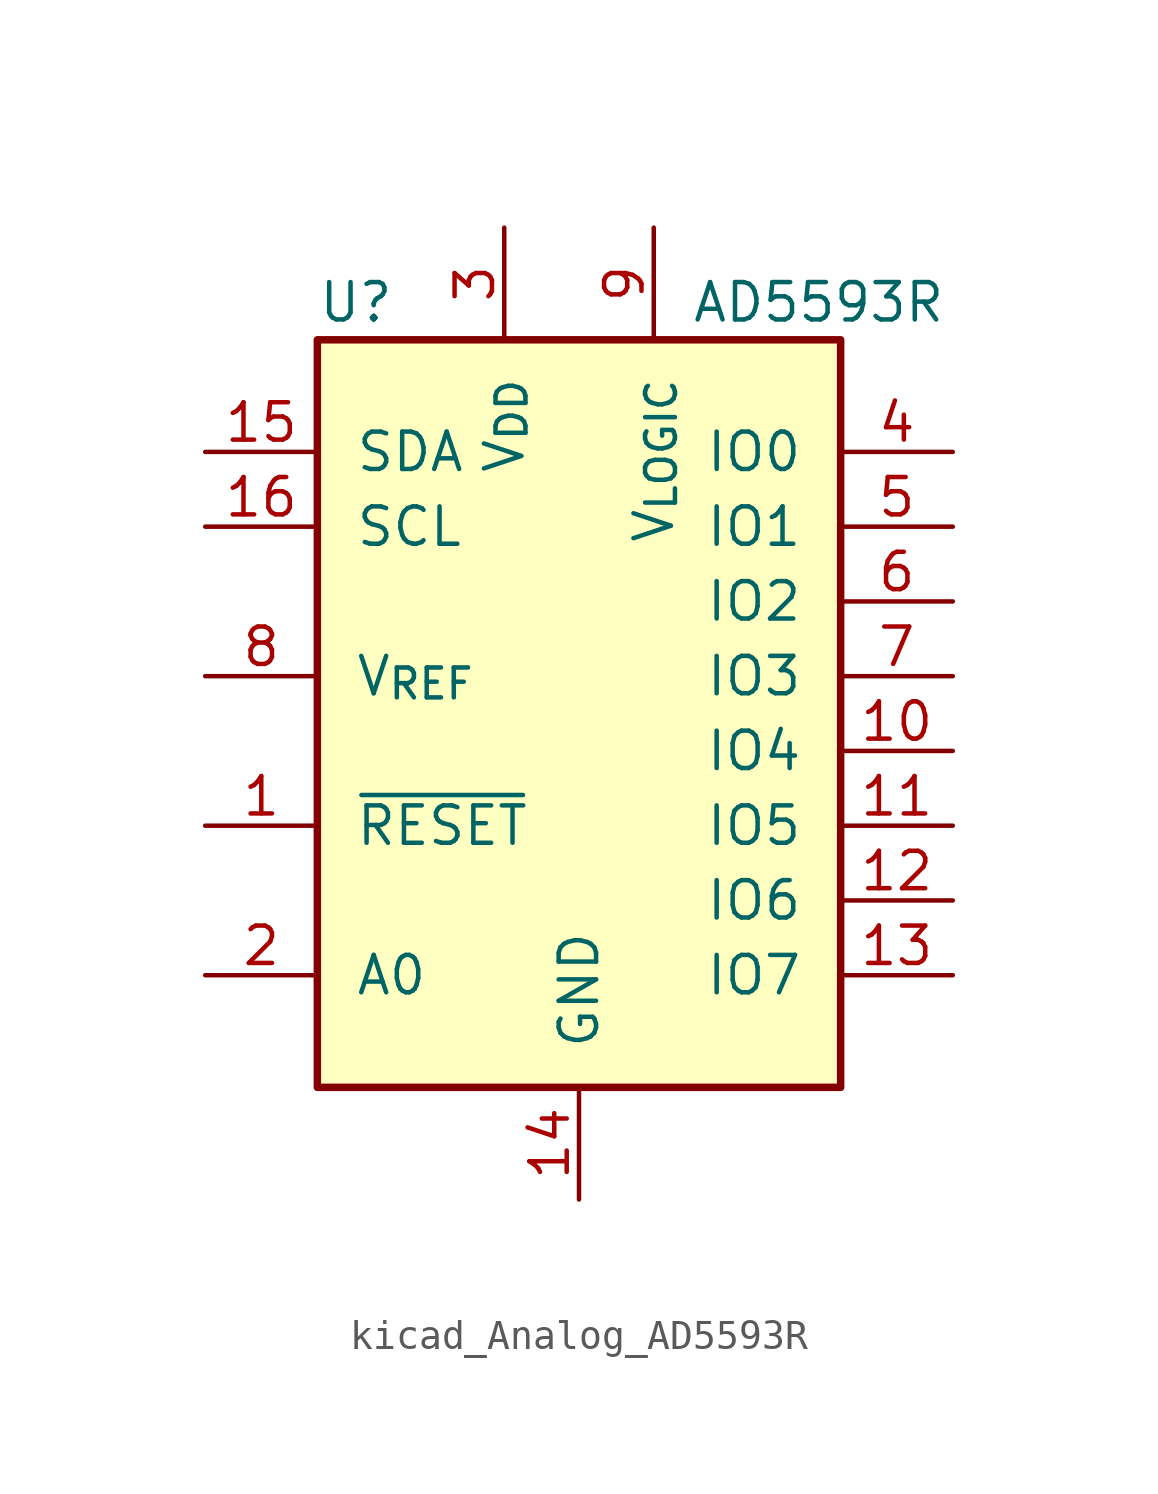
<source format=kicad_sym>
(kicad_symbol_lib
  (version 20220914)
  (generator kicad_symbol_editor)
  (symbol "kicad_Analog_AD5593R"
    (pin_names
      (offset 1.27))
    (property "Reference" "U"
      (at -8.89 15.24 0)
      (effects (font (size 1.27 1.27)) (justify left)))
    (property "Value" "AD5593R"
      (at 3.81 15.24 0)
      (effects (font (size 1.27 1.27)) (justify left)))
    (symbol "kicad_Analog_AD5593R_0_1"
      (rectangle (start -8.89 13.97) (end 8.89 -11.43) (stroke (width 0.254) (type default)) (fill (type background))))
    (symbol "kicad_Analog_AD5593R_1_1"
      (pin input line (at -12.7 -2.54 0) (length 3.81) (name "~{RESET}" (effects (font (size 1.27 1.27)))) (number "1" (effects (font (size 1.27 1.27)))))
      (pin bidirectional line (at 12.7 0 180) (length 3.81) (name "IO4" (effects (font (size 1.27 1.27)))) (number "10" (effects (font (size 1.27 1.27)))))
      (pin bidirectional line (at 12.7 -2.54 180) (length 3.81) (name "IO5" (effects (font (size 1.27 1.27)))) (number "11" (effects (font (size 1.27 1.27)))))
      (pin bidirectional line (at 12.7 -5.08 180) (length 3.81) (name "IO6" (effects (font (size 1.27 1.27)))) (number "12" (effects (font (size 1.27 1.27)))))
      (pin bidirectional line (at 12.7 -7.62 180) (length 3.81) (name "IO7" (effects (font (size 1.27 1.27)))) (number "13" (effects (font (size 1.27 1.27)))))
      (pin power_in line (at 0 -15.24 90) (length 3.81) (name "GND" (effects (font (size 1.27 1.27)))) (number "14" (effects (font (size 1.27 1.27)))))
      (pin bidirectional line (at -12.7 10.16 0) (length 3.81) (name "SDA" (effects (font (size 1.27 1.27)))) (number "15" (effects (font (size 1.27 1.27)))))
      (pin input line (at -12.7 7.62 0) (length 3.81) (name "SCL" (effects (font (size 1.27 1.27)))) (number "16" (effects (font (size 1.27 1.27)))))
      (pin input line (at -12.7 -7.62 0) (length 3.81) (name "A0" (effects (font (size 1.27 1.27)))) (number "2" (effects (font (size 1.27 1.27)))))
      (pin power_in line (at -2.54 17.78 270) (length 3.81) (name "V_{DD}" (effects (font (size 1.27 1.27)))) (number "3" (effects (font (size 1.27 1.27)))))
      (pin bidirectional line (at 12.7 10.16 180) (length 3.81) (name "IO0" (effects (font (size 1.27 1.27)))) (number "4" (effects (font (size 1.27 1.27)))))
      (pin bidirectional line (at 12.7 7.62 180) (length 3.81) (name "IO1" (effects (font (size 1.27 1.27)))) (number "5" (effects (font (size 1.27 1.27)))))
      (pin bidirectional line (at 12.7 5.08 180) (length 3.81) (name "IO2" (effects (font (size 1.27 1.27)))) (number "6" (effects (font (size 1.27 1.27)))))
      (pin bidirectional line (at 12.7 2.54 180) (length 3.81) (name "IO3" (effects (font (size 1.27 1.27)))) (number "7" (effects (font (size 1.27 1.27)))))
      (pin passive line (at -12.7 2.54 0) (length 3.81) (name "V_{REF}" (effects (font (size 1.27 1.27)))) (number "8" (effects (font (size 1.27 1.27)))))
      (pin power_in line (at 2.54 17.78 270) (length 3.81) (name "V_{LOGIC}" (effects (font (size 1.27 1.27)))) (number "9" (effects (font (size 1.27 1.27))))))))
</source>
